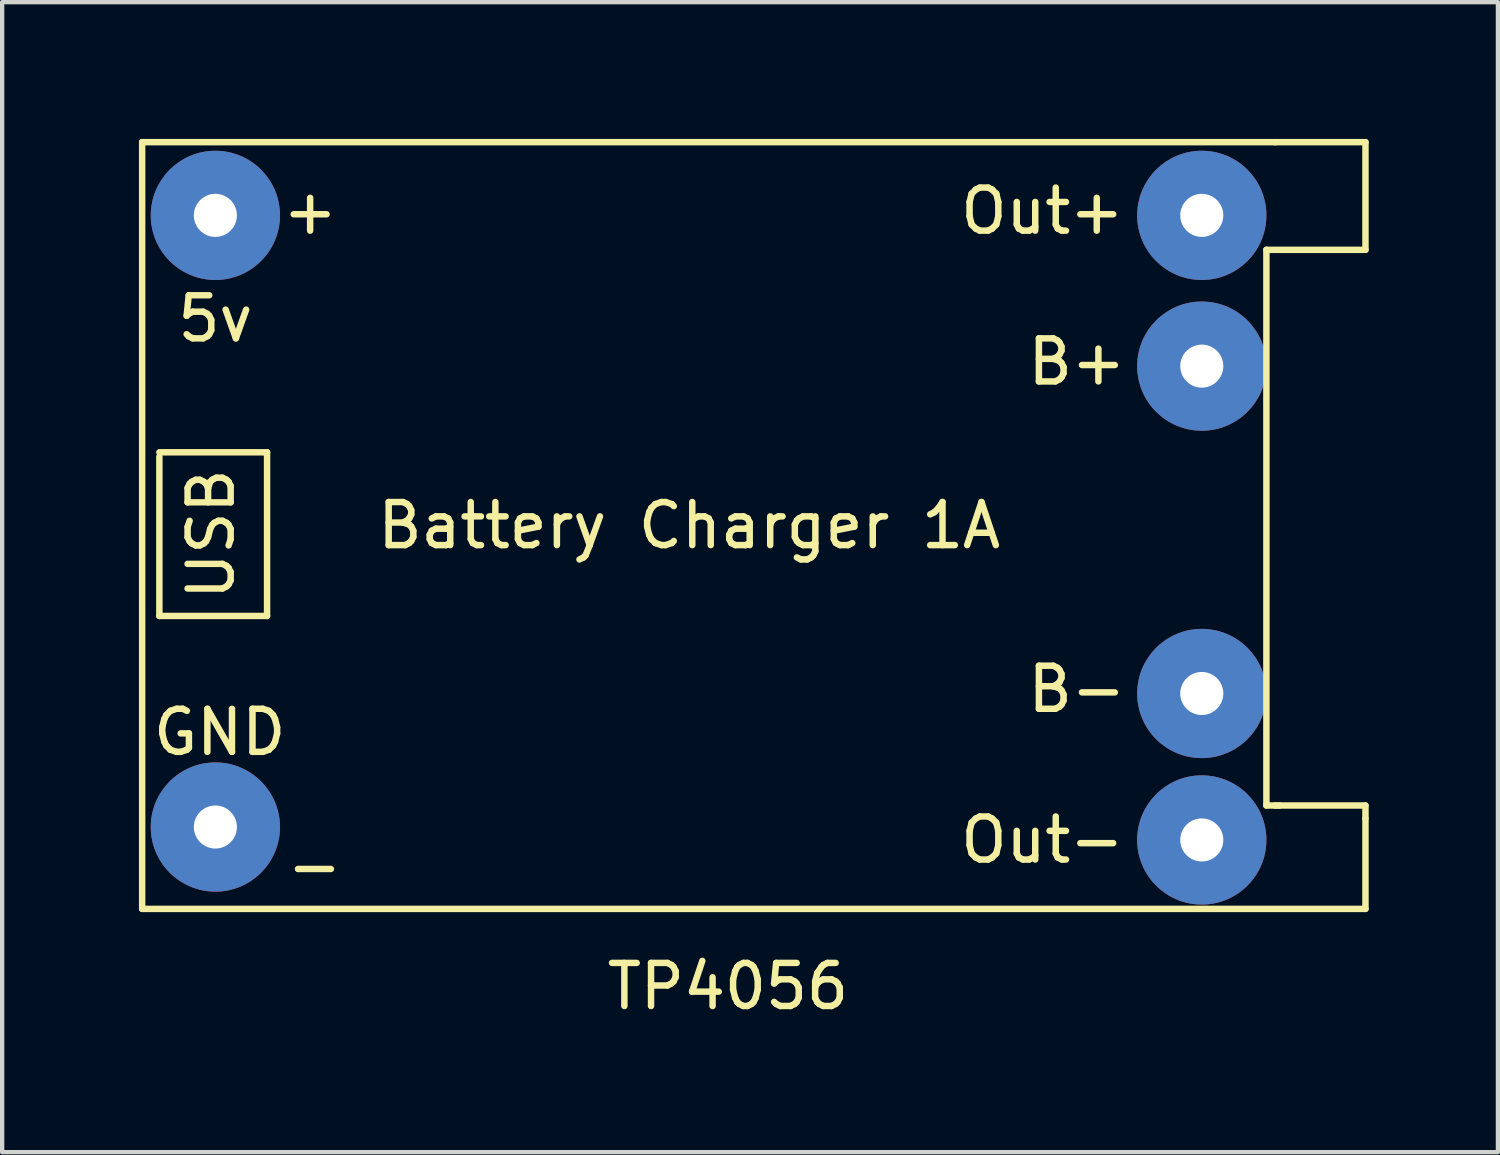
<source format=kicad_pcb>
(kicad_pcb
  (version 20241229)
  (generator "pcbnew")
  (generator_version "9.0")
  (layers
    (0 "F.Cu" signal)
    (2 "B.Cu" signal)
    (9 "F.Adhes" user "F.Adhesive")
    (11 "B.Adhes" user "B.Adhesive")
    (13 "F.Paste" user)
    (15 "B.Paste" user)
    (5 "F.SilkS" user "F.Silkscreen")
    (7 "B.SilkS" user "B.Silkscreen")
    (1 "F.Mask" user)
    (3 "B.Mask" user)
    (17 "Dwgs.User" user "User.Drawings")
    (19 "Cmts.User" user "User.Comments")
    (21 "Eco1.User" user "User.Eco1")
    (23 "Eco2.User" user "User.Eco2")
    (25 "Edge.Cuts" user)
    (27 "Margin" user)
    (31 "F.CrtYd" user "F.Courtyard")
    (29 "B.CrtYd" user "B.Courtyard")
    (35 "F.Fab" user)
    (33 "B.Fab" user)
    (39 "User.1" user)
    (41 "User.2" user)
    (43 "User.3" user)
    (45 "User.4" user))
  (footprint "TP4056"
    (layer "F.Cu")
    (at 0.25 0.25)
    (property "Reference" "TP4056" (at 13.6 19.6 0) (layer "F.SilkS") (effects (font (size 1 1) (thickness 0.15))))
    (attr through_hole)
    (fp_line (start 0 0) (end 26.3 0) (stroke (width 0.15) (type solid)) (layer "F.SilkS"))
    (fp_line (start 0 17.8) (end 0 0) (stroke (width 0.15) (type solid)) (layer "F.SilkS"))
    (fp_line (start 0.4 7.2) (end 2.9 7.2) (stroke (width 0.15) (type solid)) (layer "F.SilkS"))
    (fp_line (start 0.4 11) (end 0.4 7.3) (stroke (width 0.15) (type solid)) (layer "F.SilkS"))
    (fp_line (start 2.9 7.2) (end 2.9 11) (stroke (width 0.15) (type solid)) (layer "F.SilkS"))
    (fp_line (start 2.9 11) (end 0.4 11) (stroke (width 0.15) (type solid)) (layer "F.SilkS"))
    (fp_line (start 26.1 2.5) (end 26.1 15.4) (stroke (width 0.15) (type solid)) (layer "F.SilkS"))
    (fp_line (start 26.1 15.4) (end 26.4 15.4) (stroke (width 0.15) (type solid)) (layer "F.SilkS"))
    (fp_line (start 26.3 0) (end 28.4 0) (stroke (width 0.15) (type solid)) (layer "F.SilkS"))
    (fp_line (start 26.3 15.4) (end 28.4 15.4) (stroke (width 0.15) (type solid)) (layer "F.SilkS"))
    (fp_line (start 28.4 0) (end 28.4 2.5) (stroke (width 0.15) (type solid)) (layer "F.SilkS"))
    (fp_line (start 28.4 2.5) (end 26.1 2.5) (stroke (width 0.15) (type solid)) (layer "F.SilkS"))
    (fp_line (start 28.4 15.4) (end 28.4 15.7) (stroke (width 0.15) (type solid)) (layer "F.SilkS"))
    (fp_line (start 28.4 15.7) (end 28.4 17.8) (stroke (width 0.15) (type solid)) (layer "F.SilkS"))
    (fp_line (start 28.4 17.8) (end 0 17.8) (stroke (width 0.15) (type solid)) (layer "F.SilkS"))
    (fp_text user "USB" (at 1.6 9.1 90) (layer "F.SilkS") (effects (font (size 1 1) (thickness 0.15))))
    (fp_text user "5v" (at 1.7 4.1 0) (layer "F.SilkS") (effects (font (size 1 1) (thickness 0.15))))
    (fp_text user "B+" (at 21.7 5.1 0) (layer "F.SilkS") (effects (font (size 1 1) (thickness 0.15))))
    (fp_text user "+" (at 3.9 1.6 0) (layer "F.SilkS") (effects (font (size 1 1) (thickness 0.15))))
    (fp_text user "Out-" (at 20.9 16.2 0) (layer "F.SilkS") (effects (font (size 1 1) (thickness 0.15))))
    (fp_text user "Out+" (at 20.9 1.6 0) (layer "F.SilkS") (effects (font (size 1 1) (thickness 0.15))))
    (fp_text user "GND" (at 1.8 13.7 0) (layer "F.SilkS") (effects (font (size 1 1) (thickness 0.15))))
    (fp_text user "B-" (at 21.7 12.7 0) (layer "F.SilkS") (effects (font (size 1 1) (thickness 0.15))))
    (fp_text user "Battery Charger 1A" (at 12.7 8.9 0) (layer "F.SilkS") (effects (font (size 1 1) (thickness 0.15))))
    (fp_text user "-" (at 4 16.8 0) (layer "F.SilkS") (effects (font (size 1 1) (thickness 0.15))))
    (pad "1" thru_hole circle (at 1.7 1.7) (size 3 3) (drill 1) (layers "*.Cu" "*.Mask"))
    (pad "2" thru_hole circle (at 1.7 15.9) (size 3 3) (drill 1) (layers "*.Cu" "*.Mask"))
    (pad "3" thru_hole circle (at 24.6 1.7) (size 3 3) (drill 1) (layers "*.Cu" "*.Mask"))
    (pad "4" thru_hole circle (at 24.6 16.2) (size 3 3) (drill 1) (layers "*.Cu" "*.Mask"))
    (pad "5" thru_hole circle (at 24.6 5.2) (size 3 3) (drill 1) (layers "*.Cu" "*.Mask"))
    (pad "6" thru_hole circle (at 24.6 12.8) (size 3 3) (drill 1) (layers "*.Cu" "*.Mask")))
  (gr_rect
    (start -3 -3)
    (end 31.725 23.698)
    (stroke (width 0.1) (type default))
    (fill no)
    (layer "Edge.Cuts")))
</source>
